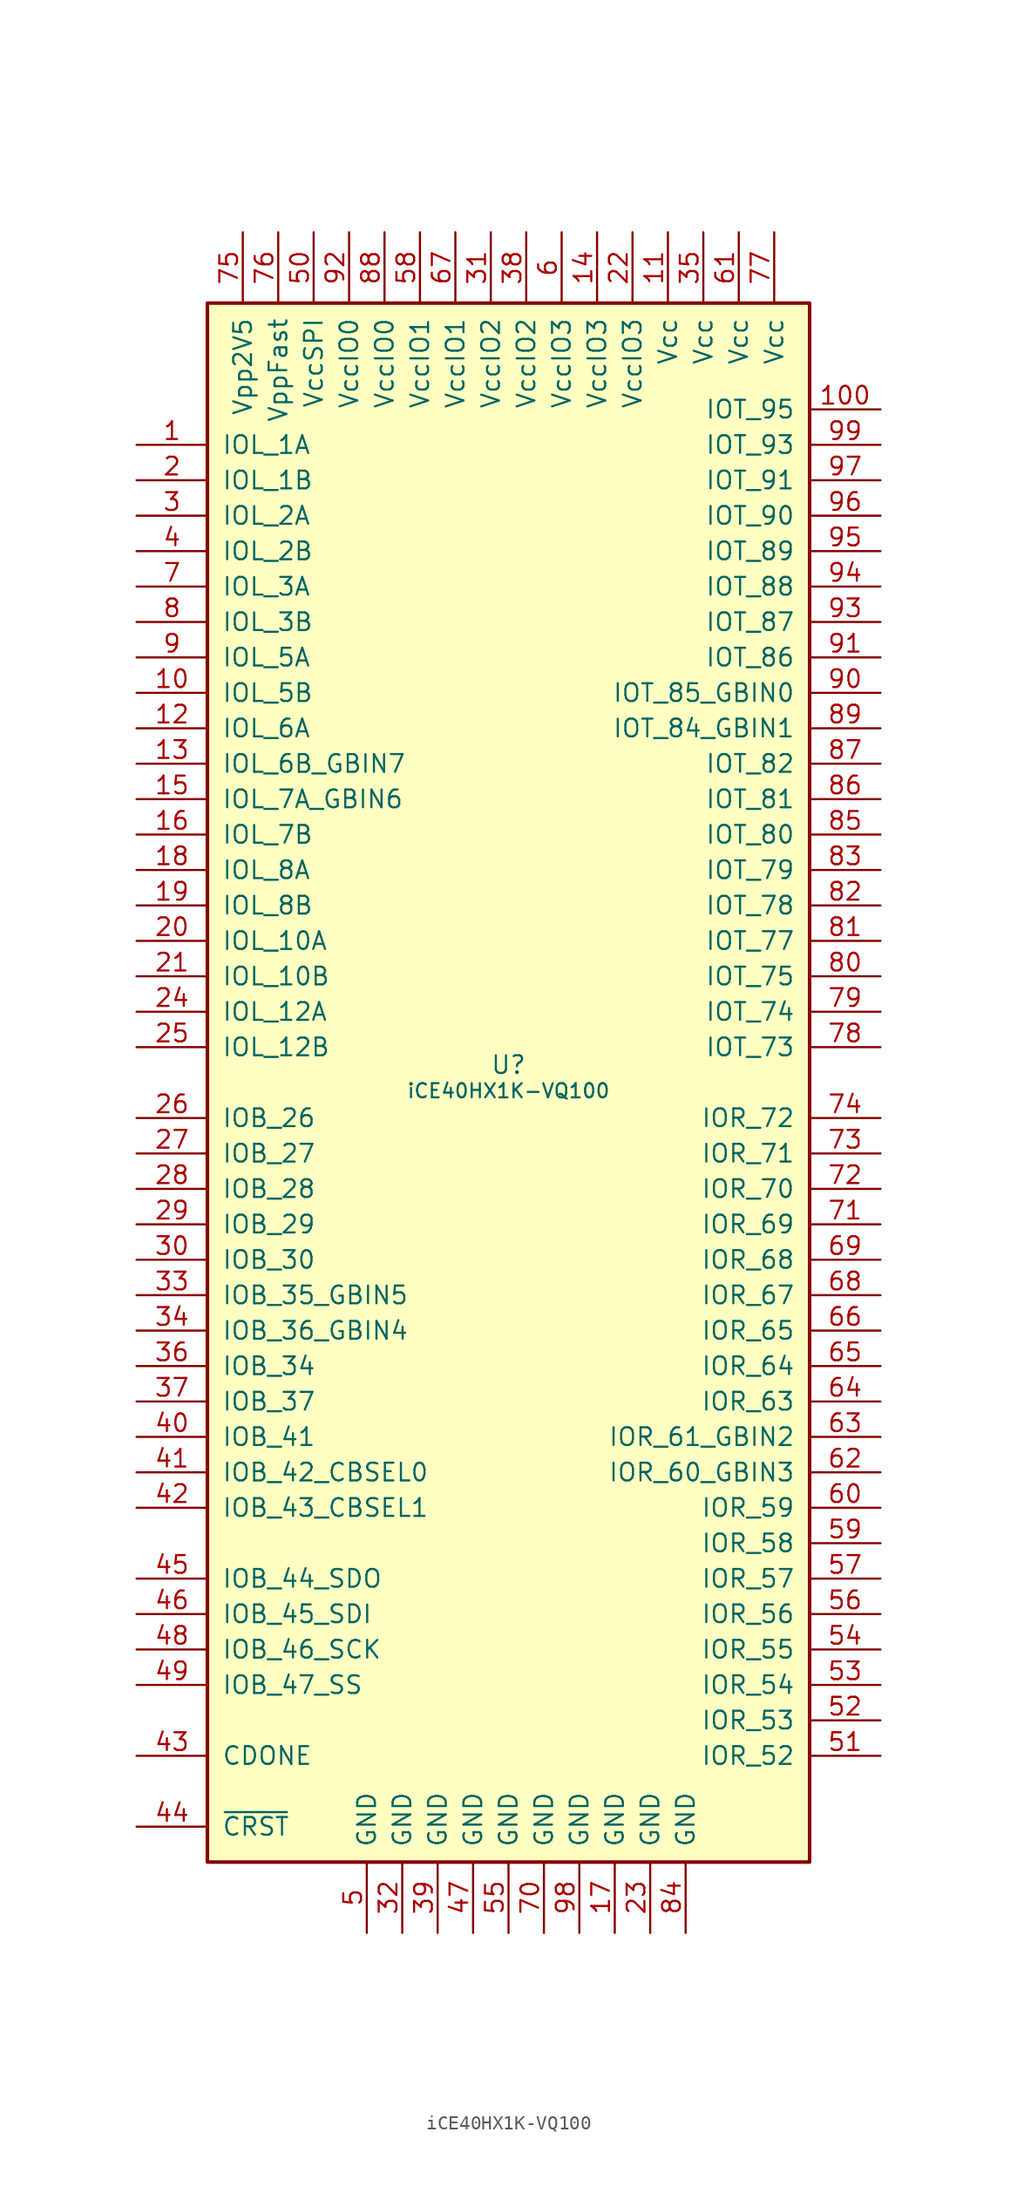
<source format=kicad_sym>
(kicad_symbol_lib
  (version 20220914)
  (generator kicad_symbol_editor)
  (symbol "iCE40HX1K-VQ100"
    (pin_names
      (offset 1.016))
    (property "Reference" "U"
      (at 0 1.27 0)
      (effects (font (size 1.27 1.27))))
    (property "Value" "iCE40HX1K-VQ100"
      (at 0 0 0)
      (effects (font (size 1.016 1.016)) (justify top)))
    (symbol "iCE40HX1K-VQ100_0_1"
      (rectangle (start -21.59 55.88) (end 21.59 -55.88) (stroke (width 0.254) (type default)) (fill (type background))))
    (symbol "iCE40HX1K-VQ100_1_1"
      (pin bidirectional line (at -26.67 45.72 0) (length 5.08) (name "IOL_1A" (effects (font (size 1.27 1.27)))) (number "1" (effects (font (size 1.27 1.27)))))
      (pin bidirectional line (at -26.67 27.94 0) (length 5.08) (name "IOL_5B" (effects (font (size 1.27 1.27)))) (number "10" (effects (font (size 1.27 1.27)))))
      (pin bidirectional line (at 26.67 48.26 180) (length 5.08) (name "IOT_95" (effects (font (size 1.27 1.27)))) (number "100" (effects (font (size 1.27 1.27)))))
      (pin power_in line (at 11.43 60.96 270) (length 5.08) (name "Vcc" (effects (font (size 1.27 1.27)))) (number "11" (effects (font (size 1.27 1.27)))))
      (pin bidirectional line (at -26.67 25.4 0) (length 5.08) (name "IOL_6A" (effects (font (size 1.27 1.27)))) (number "12" (effects (font (size 1.27 1.27)))))
      (pin bidirectional line (at -26.67 22.86 0) (length 5.08) (name "IOL_6B_GBIN7" (effects (font (size 1.27 1.27)))) (number "13" (effects (font (size 1.27 1.27)))))
      (pin power_in line (at 6.35 60.96 270) (length 5.08) (name "VccIO3" (effects (font (size 1.27 1.27)))) (number "14" (effects (font (size 1.27 1.27)))))
      (pin bidirectional line (at -26.67 20.32 0) (length 5.08) (name "IOL_7A_GBIN6" (effects (font (size 1.27 1.27)))) (number "15" (effects (font (size 1.27 1.27)))))
      (pin bidirectional line (at -26.67 17.78 0) (length 5.08) (name "IOL_7B" (effects (font (size 1.27 1.27)))) (number "16" (effects (font (size 1.27 1.27)))))
      (pin power_in line (at 7.62 -60.96 90) (length 5.08) (name "GND" (effects (font (size 1.27 1.27)))) (number "17" (effects (font (size 1.27 1.27)))))
      (pin bidirectional line (at -26.67 15.24 0) (length 5.08) (name "IOL_8A" (effects (font (size 1.27 1.27)))) (number "18" (effects (font (size 1.27 1.27)))))
      (pin bidirectional line (at -26.67 12.7 0) (length 5.08) (name "IOL_8B" (effects (font (size 1.27 1.27)))) (number "19" (effects (font (size 1.27 1.27)))))
      (pin bidirectional line (at -26.67 43.18 0) (length 5.08) (name "IOL_1B" (effects (font (size 1.27 1.27)))) (number "2" (effects (font (size 1.27 1.27)))))
      (pin bidirectional line (at -26.67 10.16 0) (length 5.08) (name "IOL_10A" (effects (font (size 1.27 1.27)))) (number "20" (effects (font (size 1.27 1.27)))))
      (pin bidirectional line (at -26.67 7.62 0) (length 5.08) (name "IOL_10B" (effects (font (size 1.27 1.27)))) (number "21" (effects (font (size 1.27 1.27)))))
      (pin power_in line (at 8.89 60.96 270) (length 5.08) (name "VccIO3" (effects (font (size 1.27 1.27)))) (number "22" (effects (font (size 1.27 1.27)))))
      (pin power_in line (at 10.16 -60.96 90) (length 5.08) (name "GND" (effects (font (size 1.27 1.27)))) (number "23" (effects (font (size 1.27 1.27)))))
      (pin bidirectional line (at -26.67 5.08 0) (length 5.08) (name "IOL_12A" (effects (font (size 1.27 1.27)))) (number "24" (effects (font (size 1.27 1.27)))))
      (pin bidirectional line (at -26.67 2.54 0) (length 5.08) (name "IOL_12B" (effects (font (size 1.27 1.27)))) (number "25" (effects (font (size 1.27 1.27)))))
      (pin bidirectional line (at -26.67 -2.54 0) (length 5.08) (name "IOB_26" (effects (font (size 1.27 1.27)))) (number "26" (effects (font (size 1.27 1.27)))))
      (pin bidirectional line (at -26.67 -5.08 0) (length 5.08) (name "IOB_27" (effects (font (size 1.27 1.27)))) (number "27" (effects (font (size 1.27 1.27)))))
      (pin bidirectional line (at -26.67 -7.62 0) (length 5.08) (name "IOB_28" (effects (font (size 1.27 1.27)))) (number "28" (effects (font (size 1.27 1.27)))))
      (pin bidirectional line (at -26.67 -10.16 0) (length 5.08) (name "IOB_29" (effects (font (size 1.27 1.27)))) (number "29" (effects (font (size 1.27 1.27)))))
      (pin bidirectional line (at -26.67 40.64 0) (length 5.08) (name "IOL_2A" (effects (font (size 1.27 1.27)))) (number "3" (effects (font (size 1.27 1.27)))))
      (pin bidirectional line (at -26.67 -12.7 0) (length 5.08) (name "IOB_30" (effects (font (size 1.27 1.27)))) (number "30" (effects (font (size 1.27 1.27)))))
      (pin power_in line (at -1.27 60.96 270) (length 5.08) (name "VccIO2" (effects (font (size 1.27 1.27)))) (number "31" (effects (font (size 1.27 1.27)))))
      (pin power_in line (at -7.62 -60.96 90) (length 5.08) (name "GND" (effects (font (size 1.27 1.27)))) (number "32" (effects (font (size 1.27 1.27)))))
      (pin bidirectional line (at -26.67 -15.24 0) (length 5.08) (name "IOB_35_GBIN5" (effects (font (size 1.27 1.27)))) (number "33" (effects (font (size 1.27 1.27)))))
      (pin bidirectional line (at -26.67 -17.78 0) (length 5.08) (name "IOB_36_GBIN4" (effects (font (size 1.27 1.27)))) (number "34" (effects (font (size 1.27 1.27)))))
      (pin power_in line (at 13.97 60.96 270) (length 5.08) (name "Vcc" (effects (font (size 1.27 1.27)))) (number "35" (effects (font (size 1.27 1.27)))))
      (pin bidirectional line (at -26.67 -20.32 0) (length 5.08) (name "IOB_34" (effects (font (size 1.27 1.27)))) (number "36" (effects (font (size 1.27 1.27)))))
      (pin bidirectional line (at -26.67 -22.86 0) (length 5.08) (name "IOB_37" (effects (font (size 1.27 1.27)))) (number "37" (effects (font (size 1.27 1.27)))))
      (pin power_in line (at 1.27 60.96 270) (length 5.08) (name "VccIO2" (effects (font (size 1.27 1.27)))) (number "38" (effects (font (size 1.27 1.27)))))
      (pin power_in line (at -5.08 -60.96 90) (length 5.08) (name "GND" (effects (font (size 1.27 1.27)))) (number "39" (effects (font (size 1.27 1.27)))))
      (pin bidirectional line (at -26.67 38.1 0) (length 5.08) (name "IOL_2B" (effects (font (size 1.27 1.27)))) (number "4" (effects (font (size 1.27 1.27)))))
      (pin bidirectional line (at -26.67 -25.4 0) (length 5.08) (name "IOB_41" (effects (font (size 1.27 1.27)))) (number "40" (effects (font (size 1.27 1.27)))))
      (pin bidirectional line (at -26.67 -27.94 0) (length 5.08) (name "IOB_42_CBSEL0" (effects (font (size 1.27 1.27)))) (number "41" (effects (font (size 1.27 1.27)))))
      (pin bidirectional line (at -26.67 -30.48 0) (length 5.08) (name "IOB_43_CBSEL1" (effects (font (size 1.27 1.27)))) (number "42" (effects (font (size 1.27 1.27)))))
      (pin input line (at -26.67 -48.26 0) (length 5.08) (name "CDONE" (effects (font (size 1.27 1.27)))) (number "43" (effects (font (size 1.27 1.27)))))
      (pin input line (at -26.67 -53.34 0) (length 5.08) (name "~{CRST}" (effects (font (size 1.27 1.27)))) (number "44" (effects (font (size 1.27 1.27)))))
      (pin bidirectional line (at -26.67 -35.56 0) (length 5.08) (name "IOB_44_SDO" (effects (font (size 1.27 1.27)))) (number "45" (effects (font (size 1.27 1.27)))))
      (pin bidirectional line (at -26.67 -38.1 0) (length 5.08) (name "IOB_45_SDI" (effects (font (size 1.27 1.27)))) (number "46" (effects (font (size 1.27 1.27)))))
      (pin power_in line (at -2.54 -60.96 90) (length 5.08) (name "GND" (effects (font (size 1.27 1.27)))) (number "47" (effects (font (size 1.27 1.27)))))
      (pin bidirectional line (at -26.67 -40.64 0) (length 5.08) (name "IOB_46_SCK" (effects (font (size 1.27 1.27)))) (number "48" (effects (font (size 1.27 1.27)))))
      (pin bidirectional line (at -26.67 -43.18 0) (length 5.08) (name "IOB_47_SS" (effects (font (size 1.27 1.27)))) (number "49" (effects (font (size 1.27 1.27)))))
      (pin power_in line (at -10.16 -60.96 90) (length 5.08) (name "GND" (effects (font (size 1.27 1.27)))) (number "5" (effects (font (size 1.27 1.27)))))
      (pin power_in line (at -13.97 60.96 270) (length 5.08) (name "VccSPI" (effects (font (size 1.27 1.27)))) (number "50" (effects (font (size 1.27 1.27)))))
      (pin bidirectional line (at 26.67 -48.26 180) (length 5.08) (name "IOR_52" (effects (font (size 1.27 1.27)))) (number "51" (effects (font (size 1.27 1.27)))))
      (pin bidirectional line (at 26.67 -45.72 180) (length 5.08) (name "IOR_53" (effects (font (size 1.27 1.27)))) (number "52" (effects (font (size 1.27 1.27)))))
      (pin bidirectional line (at 26.67 -43.18 180) (length 5.08) (name "IOR_54" (effects (font (size 1.27 1.27)))) (number "53" (effects (font (size 1.27 1.27)))))
      (pin bidirectional line (at 26.67 -40.64 180) (length 5.08) (name "IOR_55" (effects (font (size 1.27 1.27)))) (number "54" (effects (font (size 1.27 1.27)))))
      (pin power_in line (at 0 -60.96 90) (length 5.08) (name "GND" (effects (font (size 1.27 1.27)))) (number "55" (effects (font (size 1.27 1.27)))))
      (pin bidirectional line (at 26.67 -38.1 180) (length 5.08) (name "IOR_56" (effects (font (size 1.27 1.27)))) (number "56" (effects (font (size 1.27 1.27)))))
      (pin bidirectional line (at 26.67 -35.56 180) (length 5.08) (name "IOR_57" (effects (font (size 1.27 1.27)))) (number "57" (effects (font (size 1.27 1.27)))))
      (pin power_in line (at -6.35 60.96 270) (length 5.08) (name "VccIO1" (effects (font (size 1.27 1.27)))) (number "58" (effects (font (size 1.27 1.27)))))
      (pin bidirectional line (at 26.67 -33.02 180) (length 5.08) (name "IOR_58" (effects (font (size 1.27 1.27)))) (number "59" (effects (font (size 1.27 1.27)))))
      (pin power_in line (at 3.81 60.96 270) (length 5.08) (name "VccIO3" (effects (font (size 1.27 1.27)))) (number "6" (effects (font (size 1.27 1.27)))))
      (pin bidirectional line (at 26.67 -30.48 180) (length 5.08) (name "IOR_59" (effects (font (size 1.27 1.27)))) (number "60" (effects (font (size 1.27 1.27)))))
      (pin power_in line (at 16.51 60.96 270) (length 5.08) (name "Vcc" (effects (font (size 1.27 1.27)))) (number "61" (effects (font (size 1.27 1.27)))))
      (pin bidirectional line (at 26.67 -27.94 180) (length 5.08) (name "IOR_60_GBIN3" (effects (font (size 1.27 1.27)))) (number "62" (effects (font (size 1.27 1.27)))))
      (pin bidirectional line (at 26.67 -25.4 180) (length 5.08) (name "IOR_61_GBIN2" (effects (font (size 1.27 1.27)))) (number "63" (effects (font (size 1.27 1.27)))))
      (pin bidirectional line (at 26.67 -22.86 180) (length 5.08) (name "IOR_63" (effects (font (size 1.27 1.27)))) (number "64" (effects (font (size 1.27 1.27)))))
      (pin bidirectional line (at 26.67 -20.32 180) (length 5.08) (name "IOR_64" (effects (font (size 1.27 1.27)))) (number "65" (effects (font (size 1.27 1.27)))))
      (pin bidirectional line (at 26.67 -17.78 180) (length 5.08) (name "IOR_65" (effects (font (size 1.27 1.27)))) (number "66" (effects (font (size 1.27 1.27)))))
      (pin power_in line (at -3.81 60.96 270) (length 5.08) (name "VccIO1" (effects (font (size 1.27 1.27)))) (number "67" (effects (font (size 1.27 1.27)))))
      (pin bidirectional line (at 26.67 -15.24 180) (length 5.08) (name "IOR_67" (effects (font (size 1.27 1.27)))) (number "68" (effects (font (size 1.27 1.27)))))
      (pin bidirectional line (at 26.67 -12.7 180) (length 5.08) (name "IOR_68" (effects (font (size 1.27 1.27)))) (number "69" (effects (font (size 1.27 1.27)))))
      (pin bidirectional line (at -26.67 35.56 0) (length 5.08) (name "IOL_3A" (effects (font (size 1.27 1.27)))) (number "7" (effects (font (size 1.27 1.27)))))
      (pin power_in line (at 2.54 -60.96 90) (length 5.08) (name "GND" (effects (font (size 1.27 1.27)))) (number "70" (effects (font (size 1.27 1.27)))))
      (pin bidirectional line (at 26.67 -10.16 180) (length 5.08) (name "IOR_69" (effects (font (size 1.27 1.27)))) (number "71" (effects (font (size 1.27 1.27)))))
      (pin bidirectional line (at 26.67 -7.62 180) (length 5.08) (name "IOR_70" (effects (font (size 1.27 1.27)))) (number "72" (effects (font (size 1.27 1.27)))))
      (pin bidirectional line (at 26.67 -5.08 180) (length 5.08) (name "IOR_71" (effects (font (size 1.27 1.27)))) (number "73" (effects (font (size 1.27 1.27)))))
      (pin bidirectional line (at 26.67 -2.54 180) (length 5.08) (name "IOR_72" (effects (font (size 1.27 1.27)))) (number "74" (effects (font (size 1.27 1.27)))))
      (pin power_in line (at -19.05 60.96 270) (length 5.08) (name "Vpp2V5" (effects (font (size 1.27 1.27)))) (number "75" (effects (font (size 1.27 1.27)))))
      (pin power_in line (at -16.51 60.96 270) (length 5.08) (name "VppFast" (effects (font (size 1.27 1.27)))) (number "76" (effects (font (size 1.27 1.27)))))
      (pin power_in line (at 19.05 60.96 270) (length 5.08) (name "Vcc" (effects (font (size 1.27 1.27)))) (number "77" (effects (font (size 1.27 1.27)))))
      (pin bidirectional line (at 26.67 2.54 180) (length 5.08) (name "IOT_73" (effects (font (size 1.27 1.27)))) (number "78" (effects (font (size 1.27 1.27)))))
      (pin bidirectional line (at 26.67 5.08 180) (length 5.08) (name "IOT_74" (effects (font (size 1.27 1.27)))) (number "79" (effects (font (size 1.27 1.27)))))
      (pin bidirectional line (at -26.67 33.02 0) (length 5.08) (name "IOL_3B" (effects (font (size 1.27 1.27)))) (number "8" (effects (font (size 1.27 1.27)))))
      (pin bidirectional line (at 26.67 7.62 180) (length 5.08) (name "IOT_75" (effects (font (size 1.27 1.27)))) (number "80" (effects (font (size 1.27 1.27)))))
      (pin bidirectional line (at 26.67 10.16 180) (length 5.08) (name "IOT_77" (effects (font (size 1.27 1.27)))) (number "81" (effects (font (size 1.27 1.27)))))
      (pin bidirectional line (at 26.67 12.7 180) (length 5.08) (name "IOT_78" (effects (font (size 1.27 1.27)))) (number "82" (effects (font (size 1.27 1.27)))))
      (pin bidirectional line (at 26.67 15.24 180) (length 5.08) (name "IOT_79" (effects (font (size 1.27 1.27)))) (number "83" (effects (font (size 1.27 1.27)))))
      (pin power_in line (at 12.7 -60.96 90) (length 5.08) (name "GND" (effects (font (size 1.27 1.27)))) (number "84" (effects (font (size 1.27 1.27)))))
      (pin bidirectional line (at 26.67 17.78 180) (length 5.08) (name "IOT_80" (effects (font (size 1.27 1.27)))) (number "85" (effects (font (size 1.27 1.27)))))
      (pin bidirectional line (at 26.67 20.32 180) (length 5.08) (name "IOT_81" (effects (font (size 1.27 1.27)))) (number "86" (effects (font (size 1.27 1.27)))))
      (pin bidirectional line (at 26.67 22.86 180) (length 5.08) (name "IOT_82" (effects (font (size 1.27 1.27)))) (number "87" (effects (font (size 1.27 1.27)))))
      (pin power_in line (at -8.89 60.96 270) (length 5.08) (name "VccIO0" (effects (font (size 1.27 1.27)))) (number "88" (effects (font (size 1.27 1.27)))))
      (pin bidirectional line (at 26.67 25.4 180) (length 5.08) (name "IOT_84_GBIN1" (effects (font (size 1.27 1.27)))) (number "89" (effects (font (size 1.27 1.27)))))
      (pin bidirectional line (at -26.67 30.48 0) (length 5.08) (name "IOL_5A" (effects (font (size 1.27 1.27)))) (number "9" (effects (font (size 1.27 1.27)))))
      (pin bidirectional line (at 26.67 27.94 180) (length 5.08) (name "IOT_85_GBIN0" (effects (font (size 1.27 1.27)))) (number "90" (effects (font (size 1.27 1.27)))))
      (pin bidirectional line (at 26.67 30.48 180) (length 5.08) (name "IOT_86" (effects (font (size 1.27 1.27)))) (number "91" (effects (font (size 1.27 1.27)))))
      (pin power_in line (at -11.43 60.96 270) (length 5.08) (name "VccIO0" (effects (font (size 1.27 1.27)))) (number "92" (effects (font (size 1.27 1.27)))))
      (pin bidirectional line (at 26.67 33.02 180) (length 5.08) (name "IOT_87" (effects (font (size 1.27 1.27)))) (number "93" (effects (font (size 1.27 1.27)))))
      (pin bidirectional line (at 26.67 35.56 180) (length 5.08) (name "IOT_88" (effects (font (size 1.27 1.27)))) (number "94" (effects (font (size 1.27 1.27)))))
      (pin bidirectional line (at 26.67 38.1 180) (length 5.08) (name "IOT_89" (effects (font (size 1.27 1.27)))) (number "95" (effects (font (size 1.27 1.27)))))
      (pin bidirectional line (at 26.67 40.64 180) (length 5.08) (name "IOT_90" (effects (font (size 1.27 1.27)))) (number "96" (effects (font (size 1.27 1.27)))))
      (pin bidirectional line (at 26.67 43.18 180) (length 5.08) (name "IOT_91" (effects (font (size 1.27 1.27)))) (number "97" (effects (font (size 1.27 1.27)))))
      (pin power_in line (at 5.08 -60.96 90) (length 5.08) (name "GND" (effects (font (size 1.27 1.27)))) (number "98" (effects (font (size 1.27 1.27)))))
      (pin bidirectional line (at 26.67 45.72 180) (length 5.08) (name "IOT_93" (effects (font (size 1.27 1.27)))) (number "99" (effects (font (size 1.27 1.27))))))))
</source>
